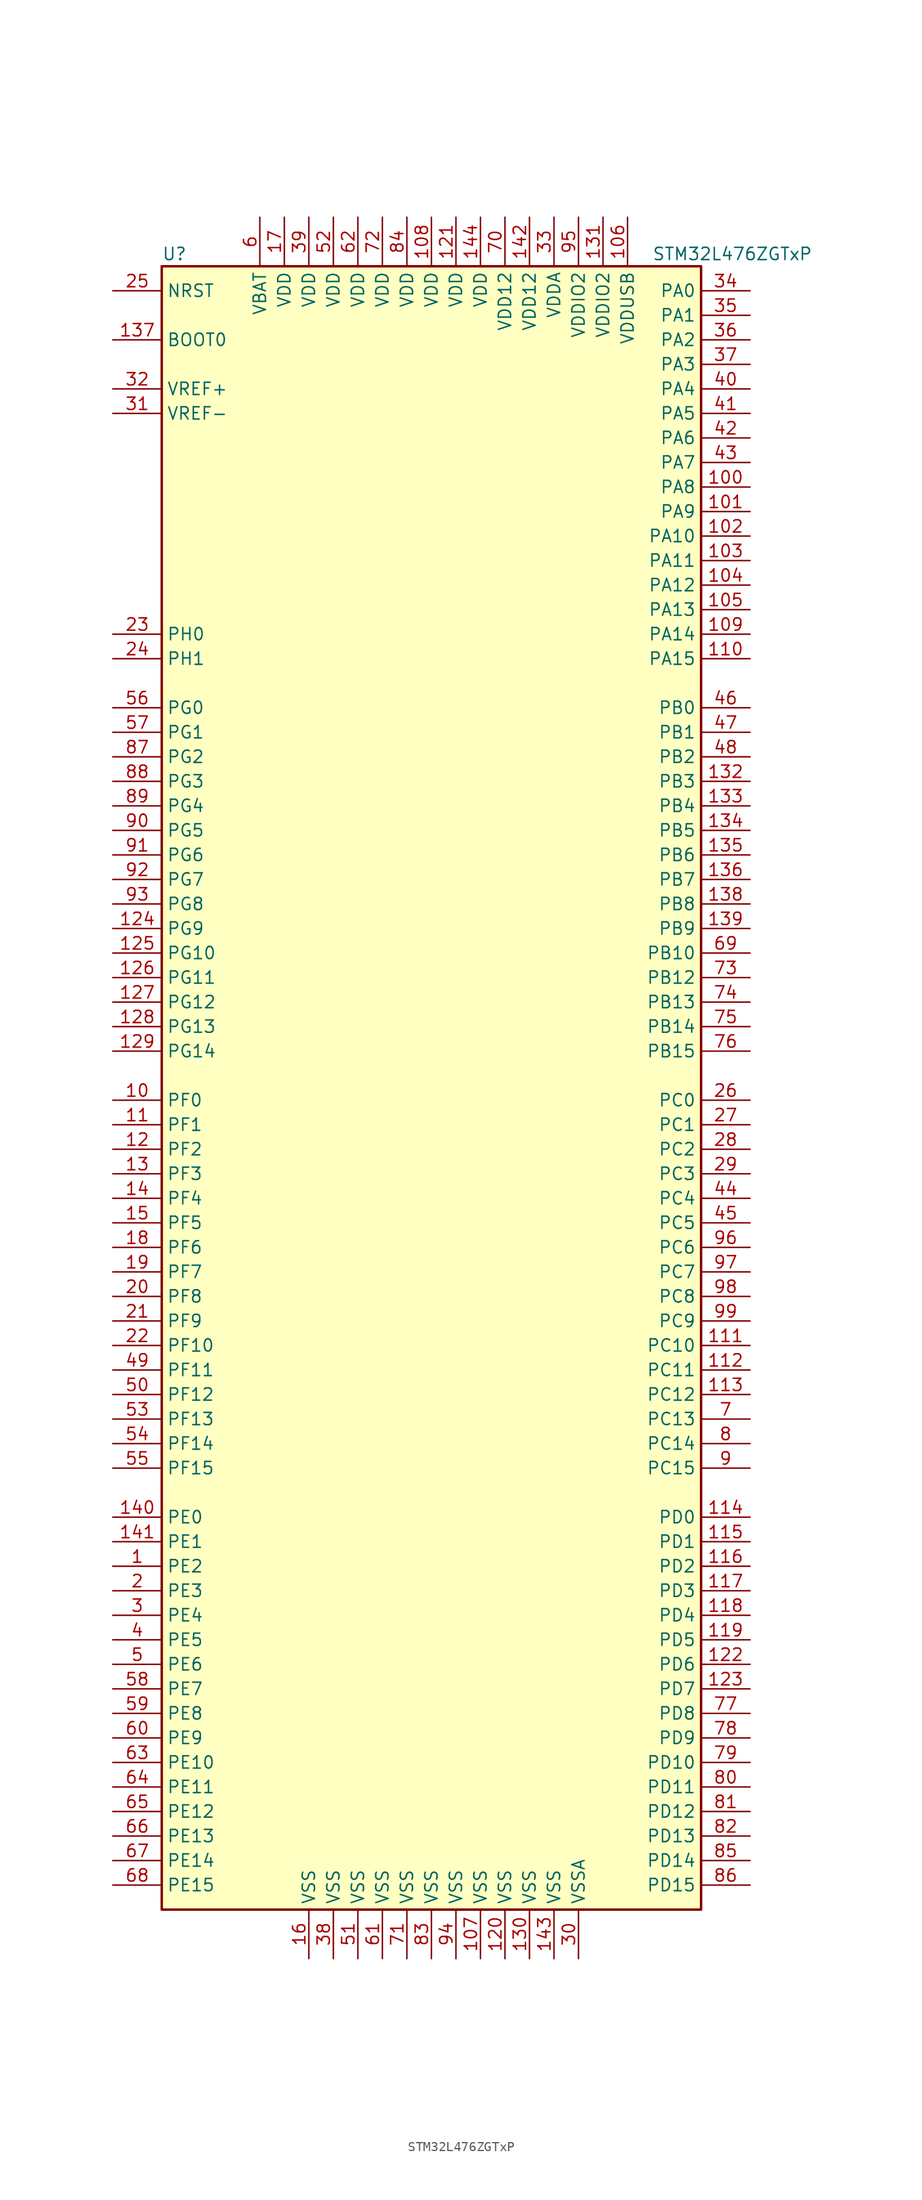
<source format=kicad_sym>
(kicad_symbol_lib
  (version 20211014)
  (generator kicad_symbol_editor)
  (symbol "STM32L476ZGTxP"
    (property "Reference" "U"
      (at -27.94 85.09 0)
      (effects (font (size 1.27 1.27)) (justify left)))
    (property "Value" "STM32L476ZGTxP"
      (at 22.86 85.09 0)
      (effects (font (size 1.27 1.27)) (justify left)))
    (symbol "STM32L476ZGTxP_0_1"
      (rectangle (start -27.94 -86.36) (end 27.94 83.82) (stroke (width 0.254) (type default) (color 0 0 0 0)) (fill (type background))))
    (symbol "STM32L476ZGTxP_1_1"
      (pin bidirectional line (at -33.02 -50.8 0) (length 5.08) (name "PE2" (effects (font (size 1.27 1.27)))) (number "1" (effects (font (size 1.27 1.27)))))
      (pin bidirectional line (at -33.02 -2.54 0) (length 5.08) (name "PF0" (effects (font (size 1.27 1.27)))) (number "10" (effects (font (size 1.27 1.27)))))
      (pin bidirectional line (at 33.02 60.96 180) (length 5.08) (name "PA8" (effects (font (size 1.27 1.27)))) (number "100" (effects (font (size 1.27 1.27)))))
      (pin bidirectional line (at 33.02 58.42 180) (length 5.08) (name "PA9" (effects (font (size 1.27 1.27)))) (number "101" (effects (font (size 1.27 1.27)))))
      (pin bidirectional line (at 33.02 55.88 180) (length 5.08) (name "PA10" (effects (font (size 1.27 1.27)))) (number "102" (effects (font (size 1.27 1.27)))))
      (pin bidirectional line (at 33.02 53.34 180) (length 5.08) (name "PA11" (effects (font (size 1.27 1.27)))) (number "103" (effects (font (size 1.27 1.27)))))
      (pin bidirectional line (at 33.02 50.8 180) (length 5.08) (name "PA12" (effects (font (size 1.27 1.27)))) (number "104" (effects (font (size 1.27 1.27)))))
      (pin bidirectional line (at 33.02 48.26 180) (length 5.08) (name "PA13" (effects (font (size 1.27 1.27)))) (number "105" (effects (font (size 1.27 1.27)))))
      (pin power_in line (at 20.32 88.9 270) (length 5.08) (name "VDDUSB" (effects (font (size 1.27 1.27)))) (number "106" (effects (font (size 1.27 1.27)))))
      (pin power_in line (at 5.08 -91.44 90) (length 5.08) (name "VSS" (effects (font (size 1.27 1.27)))) (number "107" (effects (font (size 1.27 1.27)))))
      (pin power_in line (at 0 88.9 270) (length 5.08) (name "VDD" (effects (font (size 1.27 1.27)))) (number "108" (effects (font (size 1.27 1.27)))))
      (pin bidirectional line (at 33.02 45.72 180) (length 5.08) (name "PA14" (effects (font (size 1.27 1.27)))) (number "109" (effects (font (size 1.27 1.27)))))
      (pin bidirectional line (at -33.02 -5.08 0) (length 5.08) (name "PF1" (effects (font (size 1.27 1.27)))) (number "11" (effects (font (size 1.27 1.27)))))
      (pin bidirectional line (at 33.02 43.18 180) (length 5.08) (name "PA15" (effects (font (size 1.27 1.27)))) (number "110" (effects (font (size 1.27 1.27)))))
      (pin bidirectional line (at 33.02 -27.94 180) (length 5.08) (name "PC10" (effects (font (size 1.27 1.27)))) (number "111" (effects (font (size 1.27 1.27)))))
      (pin bidirectional line (at 33.02 -30.48 180) (length 5.08) (name "PC11" (effects (font (size 1.27 1.27)))) (number "112" (effects (font (size 1.27 1.27)))))
      (pin bidirectional line (at 33.02 -33.02 180) (length 5.08) (name "PC12" (effects (font (size 1.27 1.27)))) (number "113" (effects (font (size 1.27 1.27)))))
      (pin bidirectional line (at 33.02 -45.72 180) (length 5.08) (name "PD0" (effects (font (size 1.27 1.27)))) (number "114" (effects (font (size 1.27 1.27)))))
      (pin bidirectional line (at 33.02 -48.26 180) (length 5.08) (name "PD1" (effects (font (size 1.27 1.27)))) (number "115" (effects (font (size 1.27 1.27)))))
      (pin bidirectional line (at 33.02 -50.8 180) (length 5.08) (name "PD2" (effects (font (size 1.27 1.27)))) (number "116" (effects (font (size 1.27 1.27)))))
      (pin bidirectional line (at 33.02 -53.34 180) (length 5.08) (name "PD3" (effects (font (size 1.27 1.27)))) (number "117" (effects (font (size 1.27 1.27)))))
      (pin bidirectional line (at 33.02 -55.88 180) (length 5.08) (name "PD4" (effects (font (size 1.27 1.27)))) (number "118" (effects (font (size 1.27 1.27)))))
      (pin bidirectional line (at 33.02 -58.42 180) (length 5.08) (name "PD5" (effects (font (size 1.27 1.27)))) (number "119" (effects (font (size 1.27 1.27)))))
      (pin bidirectional line (at -33.02 -7.62 0) (length 5.08) (name "PF2" (effects (font (size 1.27 1.27)))) (number "12" (effects (font (size 1.27 1.27)))))
      (pin power_in line (at 7.62 -91.44 90) (length 5.08) (name "VSS" (effects (font (size 1.27 1.27)))) (number "120" (effects (font (size 1.27 1.27)))))
      (pin power_in line (at 2.54 88.9 270) (length 5.08) (name "VDD" (effects (font (size 1.27 1.27)))) (number "121" (effects (font (size 1.27 1.27)))))
      (pin bidirectional line (at 33.02 -60.96 180) (length 5.08) (name "PD6" (effects (font (size 1.27 1.27)))) (number "122" (effects (font (size 1.27 1.27)))))
      (pin bidirectional line (at 33.02 -63.5 180) (length 5.08) (name "PD7" (effects (font (size 1.27 1.27)))) (number "123" (effects (font (size 1.27 1.27)))))
      (pin bidirectional line (at -33.02 15.24 0) (length 5.08) (name "PG9" (effects (font (size 1.27 1.27)))) (number "124" (effects (font (size 1.27 1.27)))))
      (pin bidirectional line (at -33.02 12.7 0) (length 5.08) (name "PG10" (effects (font (size 1.27 1.27)))) (number "125" (effects (font (size 1.27 1.27)))))
      (pin bidirectional line (at -33.02 10.16 0) (length 5.08) (name "PG11" (effects (font (size 1.27 1.27)))) (number "126" (effects (font (size 1.27 1.27)))))
      (pin bidirectional line (at -33.02 7.62 0) (length 5.08) (name "PG12" (effects (font (size 1.27 1.27)))) (number "127" (effects (font (size 1.27 1.27)))))
      (pin bidirectional line (at -33.02 5.08 0) (length 5.08) (name "PG13" (effects (font (size 1.27 1.27)))) (number "128" (effects (font (size 1.27 1.27)))))
      (pin bidirectional line (at -33.02 2.54 0) (length 5.08) (name "PG14" (effects (font (size 1.27 1.27)))) (number "129" (effects (font (size 1.27 1.27)))))
      (pin bidirectional line (at -33.02 -10.16 0) (length 5.08) (name "PF3" (effects (font (size 1.27 1.27)))) (number "13" (effects (font (size 1.27 1.27)))))
      (pin power_in line (at 10.16 -91.44 90) (length 5.08) (name "VSS" (effects (font (size 1.27 1.27)))) (number "130" (effects (font (size 1.27 1.27)))))
      (pin power_in line (at 17.78 88.9 270) (length 5.08) (name "VDDIO2" (effects (font (size 1.27 1.27)))) (number "131" (effects (font (size 1.27 1.27)))))
      (pin bidirectional line (at 33.02 30.48 180) (length 5.08) (name "PB3" (effects (font (size 1.27 1.27)))) (number "132" (effects (font (size 1.27 1.27)))))
      (pin bidirectional line (at 33.02 27.94 180) (length 5.08) (name "PB4" (effects (font (size 1.27 1.27)))) (number "133" (effects (font (size 1.27 1.27)))))
      (pin bidirectional line (at 33.02 25.4 180) (length 5.08) (name "PB5" (effects (font (size 1.27 1.27)))) (number "134" (effects (font (size 1.27 1.27)))))
      (pin bidirectional line (at 33.02 22.86 180) (length 5.08) (name "PB6" (effects (font (size 1.27 1.27)))) (number "135" (effects (font (size 1.27 1.27)))))
      (pin bidirectional line (at 33.02 20.32 180) (length 5.08) (name "PB7" (effects (font (size 1.27 1.27)))) (number "136" (effects (font (size 1.27 1.27)))))
      (pin input line (at -33.02 76.2 0) (length 5.08) (name "BOOT0" (effects (font (size 1.27 1.27)))) (number "137" (effects (font (size 1.27 1.27)))))
      (pin bidirectional line (at 33.02 17.78 180) (length 5.08) (name "PB8" (effects (font (size 1.27 1.27)))) (number "138" (effects (font (size 1.27 1.27)))))
      (pin bidirectional line (at 33.02 15.24 180) (length 5.08) (name "PB9" (effects (font (size 1.27 1.27)))) (number "139" (effects (font (size 1.27 1.27)))))
      (pin bidirectional line (at -33.02 -12.7 0) (length 5.08) (name "PF4" (effects (font (size 1.27 1.27)))) (number "14" (effects (font (size 1.27 1.27)))))
      (pin bidirectional line (at -33.02 -45.72 0) (length 5.08) (name "PE0" (effects (font (size 1.27 1.27)))) (number "140" (effects (font (size 1.27 1.27)))))
      (pin bidirectional line (at -33.02 -48.26 0) (length 5.08) (name "PE1" (effects (font (size 1.27 1.27)))) (number "141" (effects (font (size 1.27 1.27)))))
      (pin power_in line (at 10.16 88.9 270) (length 5.08) (name "VDD12" (effects (font (size 1.27 1.27)))) (number "142" (effects (font (size 1.27 1.27)))))
      (pin power_in line (at 12.7 -91.44 90) (length 5.08) (name "VSS" (effects (font (size 1.27 1.27)))) (number "143" (effects (font (size 1.27 1.27)))))
      (pin power_in line (at 5.08 88.9 270) (length 5.08) (name "VDD" (effects (font (size 1.27 1.27)))) (number "144" (effects (font (size 1.27 1.27)))))
      (pin bidirectional line (at -33.02 -15.24 0) (length 5.08) (name "PF5" (effects (font (size 1.27 1.27)))) (number "15" (effects (font (size 1.27 1.27)))))
      (pin power_in line (at -12.7 -91.44 90) (length 5.08) (name "VSS" (effects (font (size 1.27 1.27)))) (number "16" (effects (font (size 1.27 1.27)))))
      (pin power_in line (at -15.24 88.9 270) (length 5.08) (name "VDD" (effects (font (size 1.27 1.27)))) (number "17" (effects (font (size 1.27 1.27)))))
      (pin bidirectional line (at -33.02 -17.78 0) (length 5.08) (name "PF6" (effects (font (size 1.27 1.27)))) (number "18" (effects (font (size 1.27 1.27)))))
      (pin bidirectional line (at -33.02 -20.32 0) (length 5.08) (name "PF7" (effects (font (size 1.27 1.27)))) (number "19" (effects (font (size 1.27 1.27)))))
      (pin bidirectional line (at -33.02 -53.34 0) (length 5.08) (name "PE3" (effects (font (size 1.27 1.27)))) (number "2" (effects (font (size 1.27 1.27)))))
      (pin bidirectional line (at -33.02 -22.86 0) (length 5.08) (name "PF8" (effects (font (size 1.27 1.27)))) (number "20" (effects (font (size 1.27 1.27)))))
      (pin bidirectional line (at -33.02 -25.4 0) (length 5.08) (name "PF9" (effects (font (size 1.27 1.27)))) (number "21" (effects (font (size 1.27 1.27)))))
      (pin bidirectional line (at -33.02 -27.94 0) (length 5.08) (name "PF10" (effects (font (size 1.27 1.27)))) (number "22" (effects (font (size 1.27 1.27)))))
      (pin input line (at -33.02 45.72 0) (length 5.08) (name "PH0" (effects (font (size 1.27 1.27)))) (number "23" (effects (font (size 1.27 1.27)))))
      (pin input line (at -33.02 43.18 0) (length 5.08) (name "PH1" (effects (font (size 1.27 1.27)))) (number "24" (effects (font (size 1.27 1.27)))))
      (pin input line (at -33.02 81.28 0) (length 5.08) (name "NRST" (effects (font (size 1.27 1.27)))) (number "25" (effects (font (size 1.27 1.27)))))
      (pin bidirectional line (at 33.02 -2.54 180) (length 5.08) (name "PC0" (effects (font (size 1.27 1.27)))) (number "26" (effects (font (size 1.27 1.27)))))
      (pin bidirectional line (at 33.02 -5.08 180) (length 5.08) (name "PC1" (effects (font (size 1.27 1.27)))) (number "27" (effects (font (size 1.27 1.27)))))
      (pin bidirectional line (at 33.02 -7.62 180) (length 5.08) (name "PC2" (effects (font (size 1.27 1.27)))) (number "28" (effects (font (size 1.27 1.27)))))
      (pin bidirectional line (at 33.02 -10.16 180) (length 5.08) (name "PC3" (effects (font (size 1.27 1.27)))) (number "29" (effects (font (size 1.27 1.27)))))
      (pin bidirectional line (at -33.02 -55.88 0) (length 5.08) (name "PE4" (effects (font (size 1.27 1.27)))) (number "3" (effects (font (size 1.27 1.27)))))
      (pin power_in line (at 15.24 -91.44 90) (length 5.08) (name "VSSA" (effects (font (size 1.27 1.27)))) (number "30" (effects (font (size 1.27 1.27)))))
      (pin power_in line (at -33.02 68.58 0) (length 5.08) (name "VREF-" (effects (font (size 1.27 1.27)))) (number "31" (effects (font (size 1.27 1.27)))))
      (pin bidirectional line (at -33.02 71.12 0) (length 5.08) (name "VREF+" (effects (font (size 1.27 1.27)))) (number "32" (effects (font (size 1.27 1.27)))))
      (pin power_in line (at 12.7 88.9 270) (length 5.08) (name "VDDA" (effects (font (size 1.27 1.27)))) (number "33" (effects (font (size 1.27 1.27)))))
      (pin bidirectional line (at 33.02 81.28 180) (length 5.08) (name "PA0" (effects (font (size 1.27 1.27)))) (number "34" (effects (font (size 1.27 1.27)))))
      (pin bidirectional line (at 33.02 78.74 180) (length 5.08) (name "PA1" (effects (font (size 1.27 1.27)))) (number "35" (effects (font (size 1.27 1.27)))))
      (pin bidirectional line (at 33.02 76.2 180) (length 5.08) (name "PA2" (effects (font (size 1.27 1.27)))) (number "36" (effects (font (size 1.27 1.27)))))
      (pin bidirectional line (at 33.02 73.66 180) (length 5.08) (name "PA3" (effects (font (size 1.27 1.27)))) (number "37" (effects (font (size 1.27 1.27)))))
      (pin power_in line (at -10.16 -91.44 90) (length 5.08) (name "VSS" (effects (font (size 1.27 1.27)))) (number "38" (effects (font (size 1.27 1.27)))))
      (pin power_in line (at -12.7 88.9 270) (length 5.08) (name "VDD" (effects (font (size 1.27 1.27)))) (number "39" (effects (font (size 1.27 1.27)))))
      (pin bidirectional line (at -33.02 -58.42 0) (length 5.08) (name "PE5" (effects (font (size 1.27 1.27)))) (number "4" (effects (font (size 1.27 1.27)))))
      (pin bidirectional line (at 33.02 71.12 180) (length 5.08) (name "PA4" (effects (font (size 1.27 1.27)))) (number "40" (effects (font (size 1.27 1.27)))))
      (pin bidirectional line (at 33.02 68.58 180) (length 5.08) (name "PA5" (effects (font (size 1.27 1.27)))) (number "41" (effects (font (size 1.27 1.27)))))
      (pin bidirectional line (at 33.02 66.04 180) (length 5.08) (name "PA6" (effects (font (size 1.27 1.27)))) (number "42" (effects (font (size 1.27 1.27)))))
      (pin bidirectional line (at 33.02 63.5 180) (length 5.08) (name "PA7" (effects (font (size 1.27 1.27)))) (number "43" (effects (font (size 1.27 1.27)))))
      (pin bidirectional line (at 33.02 -12.7 180) (length 5.08) (name "PC4" (effects (font (size 1.27 1.27)))) (number "44" (effects (font (size 1.27 1.27)))))
      (pin bidirectional line (at 33.02 -15.24 180) (length 5.08) (name "PC5" (effects (font (size 1.27 1.27)))) (number "45" (effects (font (size 1.27 1.27)))))
      (pin bidirectional line (at 33.02 38.1 180) (length 5.08) (name "PB0" (effects (font (size 1.27 1.27)))) (number "46" (effects (font (size 1.27 1.27)))))
      (pin bidirectional line (at 33.02 35.56 180) (length 5.08) (name "PB1" (effects (font (size 1.27 1.27)))) (number "47" (effects (font (size 1.27 1.27)))))
      (pin bidirectional line (at 33.02 33.02 180) (length 5.08) (name "PB2" (effects (font (size 1.27 1.27)))) (number "48" (effects (font (size 1.27 1.27)))))
      (pin bidirectional line (at -33.02 -30.48 0) (length 5.08) (name "PF11" (effects (font (size 1.27 1.27)))) (number "49" (effects (font (size 1.27 1.27)))))
      (pin bidirectional line (at -33.02 -60.96 0) (length 5.08) (name "PE6" (effects (font (size 1.27 1.27)))) (number "5" (effects (font (size 1.27 1.27)))))
      (pin bidirectional line (at -33.02 -33.02 0) (length 5.08) (name "PF12" (effects (font (size 1.27 1.27)))) (number "50" (effects (font (size 1.27 1.27)))))
      (pin power_in line (at -7.62 -91.44 90) (length 5.08) (name "VSS" (effects (font (size 1.27 1.27)))) (number "51" (effects (font (size 1.27 1.27)))))
      (pin power_in line (at -10.16 88.9 270) (length 5.08) (name "VDD" (effects (font (size 1.27 1.27)))) (number "52" (effects (font (size 1.27 1.27)))))
      (pin bidirectional line (at -33.02 -35.56 0) (length 5.08) (name "PF13" (effects (font (size 1.27 1.27)))) (number "53" (effects (font (size 1.27 1.27)))))
      (pin bidirectional line (at -33.02 -38.1 0) (length 5.08) (name "PF14" (effects (font (size 1.27 1.27)))) (number "54" (effects (font (size 1.27 1.27)))))
      (pin bidirectional line (at -33.02 -40.64 0) (length 5.08) (name "PF15" (effects (font (size 1.27 1.27)))) (number "55" (effects (font (size 1.27 1.27)))))
      (pin bidirectional line (at -33.02 38.1 0) (length 5.08) (name "PG0" (effects (font (size 1.27 1.27)))) (number "56" (effects (font (size 1.27 1.27)))))
      (pin bidirectional line (at -33.02 35.56 0) (length 5.08) (name "PG1" (effects (font (size 1.27 1.27)))) (number "57" (effects (font (size 1.27 1.27)))))
      (pin bidirectional line (at -33.02 -63.5 0) (length 5.08) (name "PE7" (effects (font (size 1.27 1.27)))) (number "58" (effects (font (size 1.27 1.27)))))
      (pin bidirectional line (at -33.02 -66.04 0) (length 5.08) (name "PE8" (effects (font (size 1.27 1.27)))) (number "59" (effects (font (size 1.27 1.27)))))
      (pin power_in line (at -17.78 88.9 270) (length 5.08) (name "VBAT" (effects (font (size 1.27 1.27)))) (number "6" (effects (font (size 1.27 1.27)))))
      (pin bidirectional line (at -33.02 -68.58 0) (length 5.08) (name "PE9" (effects (font (size 1.27 1.27)))) (number "60" (effects (font (size 1.27 1.27)))))
      (pin power_in line (at -5.08 -91.44 90) (length 5.08) (name "VSS" (effects (font (size 1.27 1.27)))) (number "61" (effects (font (size 1.27 1.27)))))
      (pin power_in line (at -7.62 88.9 270) (length 5.08) (name "VDD" (effects (font (size 1.27 1.27)))) (number "62" (effects (font (size 1.27 1.27)))))
      (pin bidirectional line (at -33.02 -71.12 0) (length 5.08) (name "PE10" (effects (font (size 1.27 1.27)))) (number "63" (effects (font (size 1.27 1.27)))))
      (pin bidirectional line (at -33.02 -73.66 0) (length 5.08) (name "PE11" (effects (font (size 1.27 1.27)))) (number "64" (effects (font (size 1.27 1.27)))))
      (pin bidirectional line (at -33.02 -76.2 0) (length 5.08) (name "PE12" (effects (font (size 1.27 1.27)))) (number "65" (effects (font (size 1.27 1.27)))))
      (pin bidirectional line (at -33.02 -78.74 0) (length 5.08) (name "PE13" (effects (font (size 1.27 1.27)))) (number "66" (effects (font (size 1.27 1.27)))))
      (pin bidirectional line (at -33.02 -81.28 0) (length 5.08) (name "PE14" (effects (font (size 1.27 1.27)))) (number "67" (effects (font (size 1.27 1.27)))))
      (pin bidirectional line (at -33.02 -83.82 0) (length 5.08) (name "PE15" (effects (font (size 1.27 1.27)))) (number "68" (effects (font (size 1.27 1.27)))))
      (pin bidirectional line (at 33.02 12.7 180) (length 5.08) (name "PB10" (effects (font (size 1.27 1.27)))) (number "69" (effects (font (size 1.27 1.27)))))
      (pin bidirectional line (at 33.02 -35.56 180) (length 5.08) (name "PC13" (effects (font (size 1.27 1.27)))) (number "7" (effects (font (size 1.27 1.27)))))
      (pin power_in line (at 7.62 88.9 270) (length 5.08) (name "VDD12" (effects (font (size 1.27 1.27)))) (number "70" (effects (font (size 1.27 1.27)))))
      (pin power_in line (at -2.54 -91.44 90) (length 5.08) (name "VSS" (effects (font (size 1.27 1.27)))) (number "71" (effects (font (size 1.27 1.27)))))
      (pin power_in line (at -5.08 88.9 270) (length 5.08) (name "VDD" (effects (font (size 1.27 1.27)))) (number "72" (effects (font (size 1.27 1.27)))))
      (pin bidirectional line (at 33.02 10.16 180) (length 5.08) (name "PB12" (effects (font (size 1.27 1.27)))) (number "73" (effects (font (size 1.27 1.27)))))
      (pin bidirectional line (at 33.02 7.62 180) (length 5.08) (name "PB13" (effects (font (size 1.27 1.27)))) (number "74" (effects (font (size 1.27 1.27)))))
      (pin bidirectional line (at 33.02 5.08 180) (length 5.08) (name "PB14" (effects (font (size 1.27 1.27)))) (number "75" (effects (font (size 1.27 1.27)))))
      (pin bidirectional line (at 33.02 2.54 180) (length 5.08) (name "PB15" (effects (font (size 1.27 1.27)))) (number "76" (effects (font (size 1.27 1.27)))))
      (pin bidirectional line (at 33.02 -66.04 180) (length 5.08) (name "PD8" (effects (font (size 1.27 1.27)))) (number "77" (effects (font (size 1.27 1.27)))))
      (pin bidirectional line (at 33.02 -68.58 180) (length 5.08) (name "PD9" (effects (font (size 1.27 1.27)))) (number "78" (effects (font (size 1.27 1.27)))))
      (pin bidirectional line (at 33.02 -71.12 180) (length 5.08) (name "PD10" (effects (font (size 1.27 1.27)))) (number "79" (effects (font (size 1.27 1.27)))))
      (pin bidirectional line (at 33.02 -38.1 180) (length 5.08) (name "PC14" (effects (font (size 1.27 1.27)))) (number "8" (effects (font (size 1.27 1.27)))))
      (pin bidirectional line (at 33.02 -73.66 180) (length 5.08) (name "PD11" (effects (font (size 1.27 1.27)))) (number "80" (effects (font (size 1.27 1.27)))))
      (pin bidirectional line (at 33.02 -76.2 180) (length 5.08) (name "PD12" (effects (font (size 1.27 1.27)))) (number "81" (effects (font (size 1.27 1.27)))))
      (pin bidirectional line (at 33.02 -78.74 180) (length 5.08) (name "PD13" (effects (font (size 1.27 1.27)))) (number "82" (effects (font (size 1.27 1.27)))))
      (pin power_in line (at 0 -91.44 90) (length 5.08) (name "VSS" (effects (font (size 1.27 1.27)))) (number "83" (effects (font (size 1.27 1.27)))))
      (pin power_in line (at -2.54 88.9 270) (length 5.08) (name "VDD" (effects (font (size 1.27 1.27)))) (number "84" (effects (font (size 1.27 1.27)))))
      (pin bidirectional line (at 33.02 -81.28 180) (length 5.08) (name "PD14" (effects (font (size 1.27 1.27)))) (number "85" (effects (font (size 1.27 1.27)))))
      (pin bidirectional line (at 33.02 -83.82 180) (length 5.08) (name "PD15" (effects (font (size 1.27 1.27)))) (number "86" (effects (font (size 1.27 1.27)))))
      (pin bidirectional line (at -33.02 33.02 0) (length 5.08) (name "PG2" (effects (font (size 1.27 1.27)))) (number "87" (effects (font (size 1.27 1.27)))))
      (pin bidirectional line (at -33.02 30.48 0) (length 5.08) (name "PG3" (effects (font (size 1.27 1.27)))) (number "88" (effects (font (size 1.27 1.27)))))
      (pin bidirectional line (at -33.02 27.94 0) (length 5.08) (name "PG4" (effects (font (size 1.27 1.27)))) (number "89" (effects (font (size 1.27 1.27)))))
      (pin bidirectional line (at 33.02 -40.64 180) (length 5.08) (name "PC15" (effects (font (size 1.27 1.27)))) (number "9" (effects (font (size 1.27 1.27)))))
      (pin bidirectional line (at -33.02 25.4 0) (length 5.08) (name "PG5" (effects (font (size 1.27 1.27)))) (number "90" (effects (font (size 1.27 1.27)))))
      (pin bidirectional line (at -33.02 22.86 0) (length 5.08) (name "PG6" (effects (font (size 1.27 1.27)))) (number "91" (effects (font (size 1.27 1.27)))))
      (pin bidirectional line (at -33.02 20.32 0) (length 5.08) (name "PG7" (effects (font (size 1.27 1.27)))) (number "92" (effects (font (size 1.27 1.27)))))
      (pin bidirectional line (at -33.02 17.78 0) (length 5.08) (name "PG8" (effects (font (size 1.27 1.27)))) (number "93" (effects (font (size 1.27 1.27)))))
      (pin power_in line (at 2.54 -91.44 90) (length 5.08) (name "VSS" (effects (font (size 1.27 1.27)))) (number "94" (effects (font (size 1.27 1.27)))))
      (pin power_in line (at 15.24 88.9 270) (length 5.08) (name "VDDIO2" (effects (font (size 1.27 1.27)))) (number "95" (effects (font (size 1.27 1.27)))))
      (pin bidirectional line (at 33.02 -17.78 180) (length 5.08) (name "PC6" (effects (font (size 1.27 1.27)))) (number "96" (effects (font (size 1.27 1.27)))))
      (pin bidirectional line (at 33.02 -20.32 180) (length 5.08) (name "PC7" (effects (font (size 1.27 1.27)))) (number "97" (effects (font (size 1.27 1.27)))))
      (pin bidirectional line (at 33.02 -22.86 180) (length 5.08) (name "PC8" (effects (font (size 1.27 1.27)))) (number "98" (effects (font (size 1.27 1.27)))))
      (pin bidirectional line (at 33.02 -25.4 180) (length 5.08) (name "PC9" (effects (font (size 1.27 1.27)))) (number "99" (effects (font (size 1.27 1.27))))))))
</source>
